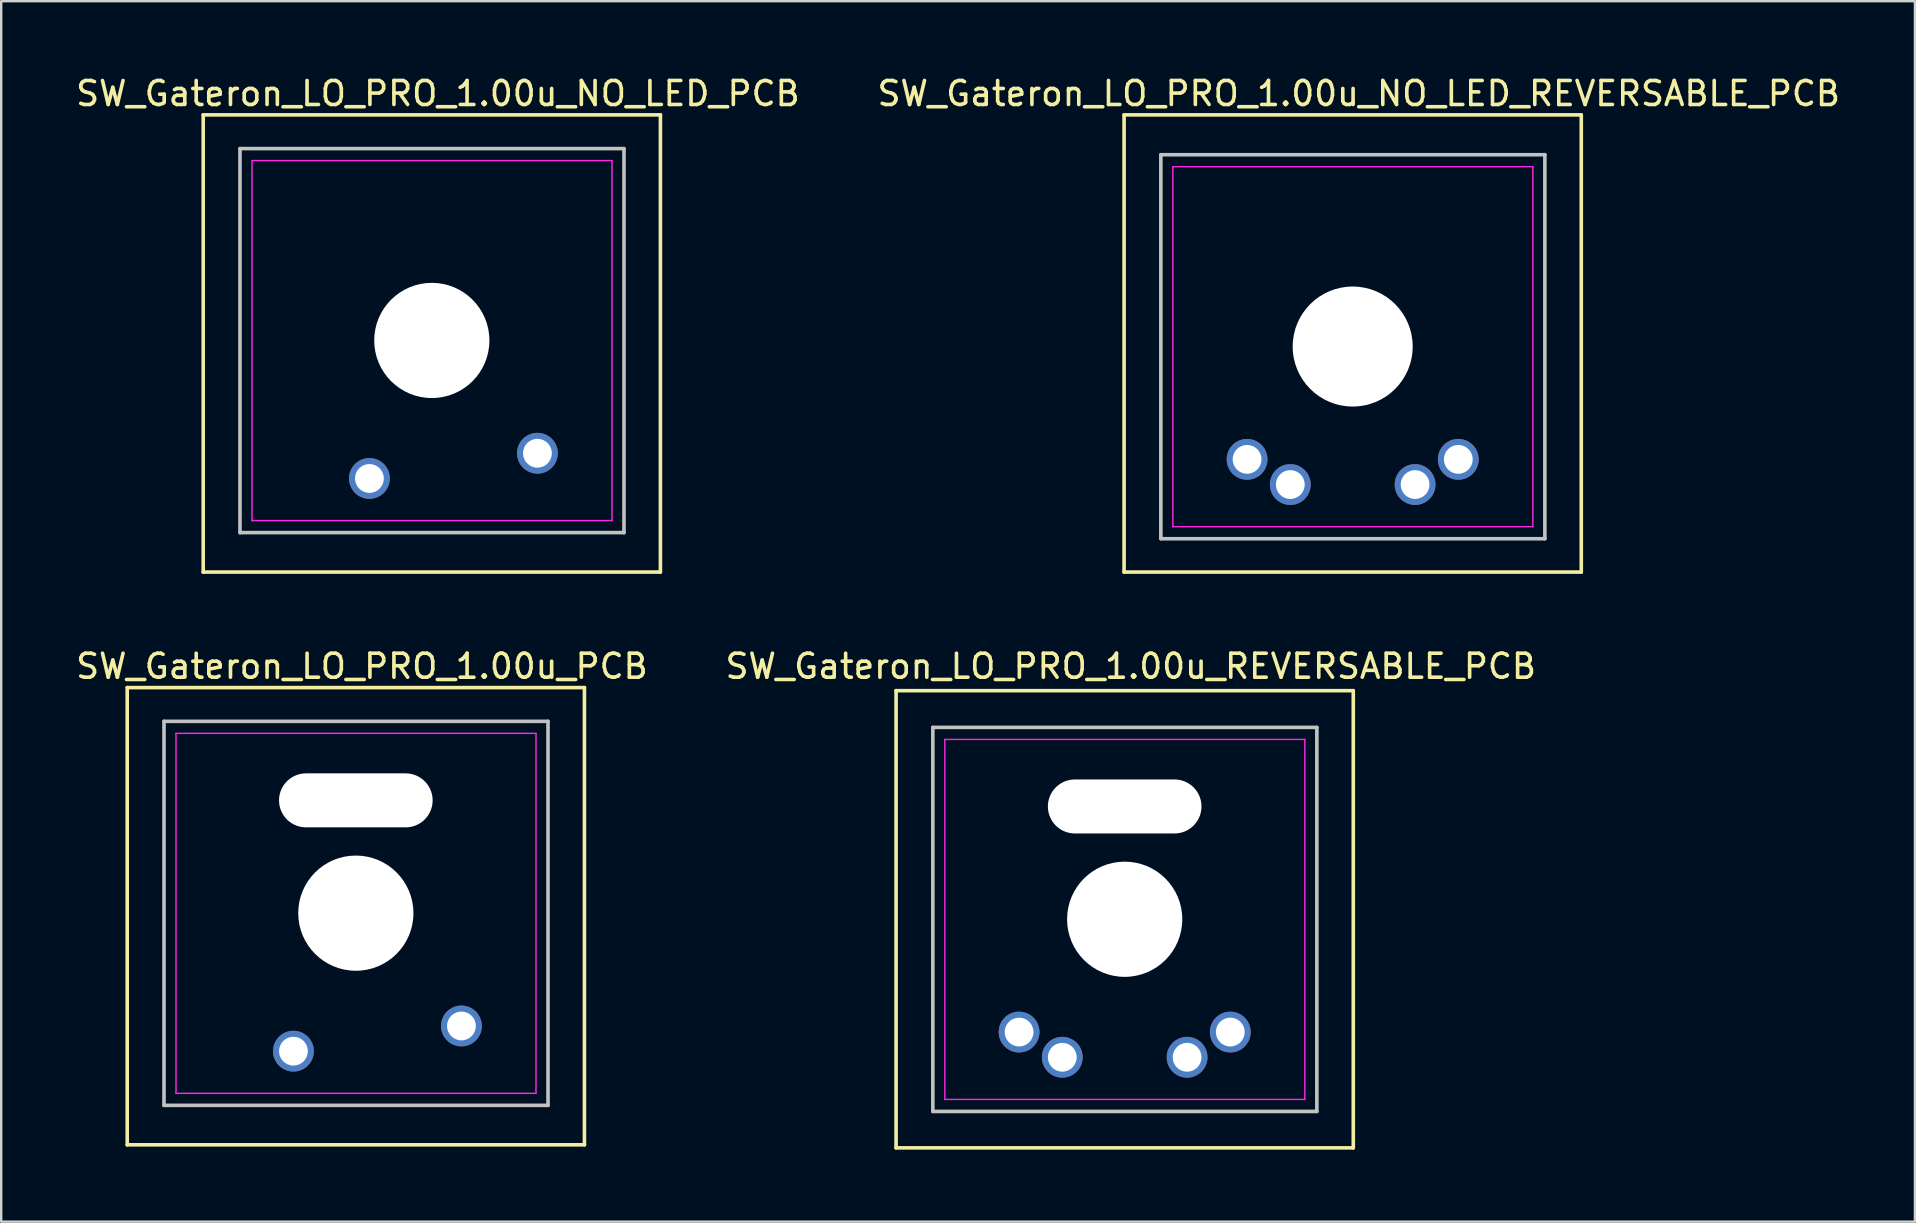
<source format=kicad_pcb>
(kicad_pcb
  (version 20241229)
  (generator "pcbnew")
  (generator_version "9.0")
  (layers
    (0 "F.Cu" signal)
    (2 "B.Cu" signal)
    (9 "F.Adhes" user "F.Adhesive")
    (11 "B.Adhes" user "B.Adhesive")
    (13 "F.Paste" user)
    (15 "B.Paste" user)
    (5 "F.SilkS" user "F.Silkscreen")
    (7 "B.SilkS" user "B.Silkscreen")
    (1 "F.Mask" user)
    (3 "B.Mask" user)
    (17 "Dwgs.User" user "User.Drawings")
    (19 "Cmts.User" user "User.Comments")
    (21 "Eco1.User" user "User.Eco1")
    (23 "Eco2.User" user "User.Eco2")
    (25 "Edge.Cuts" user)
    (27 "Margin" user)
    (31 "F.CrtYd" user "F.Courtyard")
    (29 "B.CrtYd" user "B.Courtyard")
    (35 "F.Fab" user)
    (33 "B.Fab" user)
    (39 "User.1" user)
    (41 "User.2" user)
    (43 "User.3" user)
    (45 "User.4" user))
  (footprint "SW_Gateron_LO_PRO_1.00u_NO_LED_REVERSABLE_PCB"
    (layer "F.Cu")
    (at 53.311 11.389)
    (property "Reference" "SW_Gateron_LO_PRO_1.00u_NO_LED_REVERSABLE_PCB" (at 0.254 -10.541 0) (layer "F.SilkS") (effects (font (size 1 1) (thickness 0.15))))
    (attr through_hole)
    (fp_line (start -9.525 -9.652) (end 9.525 -9.652) (stroke (width 0.15) (type solid)) (layer "F.SilkS"))
    (fp_line (start -9.525 9.398) (end -9.525 -9.652) (stroke (width 0.15) (type solid)) (layer "F.SilkS"))
    (fp_line (start 9.525 -9.652) (end 9.525 9.398) (stroke (width 0.15) (type solid)) (layer "F.SilkS"))
    (fp_line (start 9.525 9.398) (end -9.525 9.398) (stroke (width 0.15) (type solid)) (layer "F.SilkS"))
    (fp_line (start -7.993 8.007) (end -7.993 -7.993) (stroke (width 0.15) (type solid)) (layer "Dwgs.User"))
    (fp_line (start 8.007 -7.993) (end -7.993 -7.993) (stroke (width 0.15) (type solid)) (layer "Dwgs.User"))
    (fp_line (start 8.007 8.007) (end -7.993 8.007) (stroke (width 0.15) (type solid)) (layer "Dwgs.User"))
    (fp_line (start 8.007 8.007) (end 8.007 -7.993) (stroke (width 0.15) (type solid)) (layer "Dwgs.User"))
    (fp_line (start -7.493 -7.493) (end 7.507 -7.493) (stroke (width 0.06) (type solid)) (layer "F.CrtYd"))
    (fp_line (start -7.493 7.507) (end -7.493 -7.493) (stroke (width 0.06) (type solid)) (layer "F.CrtYd"))
    (fp_line (start 7.507 -7.493) (end 7.507 7.507) (stroke (width 0.06) (type solid)) (layer "F.CrtYd"))
    (fp_line (start 7.507 7.507) (end -7.493 7.507) (stroke (width 0.06) (type solid)) (layer "F.CrtYd"))
    (pad "" np_thru_hole circle (at 0 0) (size 5 5) (drill 5) (layers "*.Cu" "*.Mask"))
    (pad "1" thru_hole circle (at -2.6 5.75) (size 1.7 1.7) (drill 1.2) (layers "*.Cu" "*.Mask"))
    (pad "1" thru_hole circle (at 2.6 5.75) (size 1.7 1.7) (drill 1.2) (layers "*.Cu" "*.Mask"))
    (pad "2" thru_hole circle (at -4.4 4.7 90) (size 1.7 1.7) (drill 1.2) (layers "*.Cu" "*.Mask"))
    (pad "2" thru_hole circle (at 4.4 4.7 90) (size 1.7 1.7) (drill 1.2) (layers "*.Cu" "*.Mask")))
  (footprint "SW_Gateron_LO_PRO_1.00u_PCB"
    (layer "F.Cu")
    (at 11.776 34.998)
    (property "Reference" "SW_Gateron_LO_PRO_1.00u_PCB" (at 0.254 -10.287 0) (layer "F.SilkS") (effects (font (size 1 1) (thickness 0.15))))
    (attr through_hole)
    (fp_line (start -9.525 -9.398) (end 9.525 -9.398) (stroke (width 0.15) (type solid)) (layer "F.SilkS"))
    (fp_line (start -9.525 9.652) (end -9.525 -9.398) (stroke (width 0.15) (type solid)) (layer "F.SilkS"))
    (fp_line (start 9.525 -9.398) (end 9.525 9.652) (stroke (width 0.15) (type solid)) (layer "F.SilkS"))
    (fp_line (start 9.525 9.652) (end -9.525 9.652) (stroke (width 0.15) (type solid)) (layer "F.SilkS"))
    (fp_line (start -7.993 8.007) (end -7.993 -7.993) (stroke (width 0.15) (type solid)) (layer "Dwgs.User"))
    (fp_line (start 8.007 -7.993) (end -7.993 -7.993) (stroke (width 0.15) (type solid)) (layer "Dwgs.User"))
    (fp_line (start 8.007 8.007) (end -7.993 8.007) (stroke (width 0.15) (type solid)) (layer "Dwgs.User"))
    (fp_line (start 8.007 8.007) (end 8.007 -7.993) (stroke (width 0.15) (type solid)) (layer "Dwgs.User"))
    (fp_line (start -7.493 -7.493) (end 7.507 -7.493) (stroke (width 0.06) (type solid)) (layer "F.CrtYd"))
    (fp_line (start -7.493 7.507) (end -7.493 -7.493) (stroke (width 0.06) (type solid)) (layer "F.CrtYd"))
    (fp_line (start 7.507 -7.493) (end 7.507 7.507) (stroke (width 0.06) (type solid)) (layer "F.CrtYd"))
    (fp_line (start 7.507 7.507) (end -7.493 7.507) (stroke (width 0.06) (type solid)) (layer "F.CrtYd"))
    (pad "" np_thru_hole oval (at 0 -4.7) (size 6.4 2.25) (drill oval 6.4 2.25) (layers "*.Cu" "*.Mask"))
    (pad "" np_thru_hole circle (at 0 0) (size 4.8 4.8) (drill 4.8) (layers "*.Cu" "*.Mask"))
    (pad "1" thru_hole circle (at -2.6 5.75) (size 1.7 1.7) (drill 1.2) (layers "*.Cu" "*.Mask"))
    (pad "2" thru_hole circle (at 4.4 4.7 90) (size 1.7 1.7) (drill 1.2) (layers "*.Cu" "*.Mask")))
  (footprint "SW_Gateron_LO_PRO_1.00u_NO_LED_PCB"
    (layer "F.Cu")
    (at 14.942 11.135)
    (property "Reference" "SW_Gateron_LO_PRO_1.00u_NO_LED_PCB" (at 0.254 -10.287 0) (layer "F.SilkS") (effects (font (size 1 1) (thickness 0.15))))
    (attr through_hole)
    (fp_line (start -9.525 -9.398) (end 9.525 -9.398) (stroke (width 0.15) (type solid)) (layer "F.SilkS"))
    (fp_line (start -9.525 9.652) (end -9.525 -9.398) (stroke (width 0.15) (type solid)) (layer "F.SilkS"))
    (fp_line (start 9.525 -9.398) (end 9.525 9.652) (stroke (width 0.15) (type solid)) (layer "F.SilkS"))
    (fp_line (start 9.525 9.652) (end -9.525 9.652) (stroke (width 0.15) (type solid)) (layer "F.SilkS"))
    (fp_line (start -7.993 8.007) (end -7.993 -7.993) (stroke (width 0.15) (type solid)) (layer "Dwgs.User"))
    (fp_line (start 8.007 -7.993) (end -7.993 -7.993) (stroke (width 0.15) (type solid)) (layer "Dwgs.User"))
    (fp_line (start 8.007 8.007) (end -7.993 8.007) (stroke (width 0.15) (type solid)) (layer "Dwgs.User"))
    (fp_line (start 8.007 8.007) (end 8.007 -7.993) (stroke (width 0.15) (type solid)) (layer "Dwgs.User"))
    (fp_line (start -7.493 -7.493) (end 7.507 -7.493) (stroke (width 0.06) (type solid)) (layer "F.CrtYd"))
    (fp_line (start -7.493 7.507) (end -7.493 -7.493) (stroke (width 0.06) (type solid)) (layer "F.CrtYd"))
    (fp_line (start 7.507 -7.493) (end 7.507 7.507) (stroke (width 0.06) (type solid)) (layer "F.CrtYd"))
    (fp_line (start 7.507 7.507) (end -7.493 7.507) (stroke (width 0.06) (type solid)) (layer "F.CrtYd"))
    (pad "" np_thru_hole circle (at 0 0) (size 4.8 4.8) (drill 4.8) (layers "*.Cu" "*.Mask"))
    (pad "1" thru_hole circle (at -2.6 5.75) (size 1.7 1.7) (drill 1.2) (layers "*.Cu" "*.Mask"))
    (pad "2" thru_hole circle (at 4.4 4.7 90) (size 1.7 1.7) (drill 1.2) (layers "*.Cu" "*.Mask")))
  (footprint "SW_Gateron_LO_PRO_1.00u_REVERSABLE_PCB"
    (layer "F.Cu")
    (at 43.811 35.252)
    (property "Reference" "SW_Gateron_LO_PRO_1.00u_REVERSABLE_PCB" (at 0.254 -10.541 0) (layer "F.SilkS") (effects (font (size 1 1) (thickness 0.15))))
    (attr through_hole)
    (fp_line (start -9.525 -9.525) (end 9.525 -9.525) (stroke (width 0.15) (type solid)) (layer "F.SilkS"))
    (fp_line (start -9.525 9.525) (end -9.525 -9.525) (stroke (width 0.15) (type solid)) (layer "F.SilkS"))
    (fp_line (start 9.525 -9.525) (end 9.525 9.525) (stroke (width 0.15) (type solid)) (layer "F.SilkS"))
    (fp_line (start 9.525 9.525) (end -9.525 9.525) (stroke (width 0.15) (type solid)) (layer "F.SilkS"))
    (fp_line (start -7.993 8.007) (end -7.993 -7.993) (stroke (width 0.15) (type solid)) (layer "Dwgs.User"))
    (fp_line (start 8.007 -7.993) (end -7.993 -7.993) (stroke (width 0.15) (type solid)) (layer "Dwgs.User"))
    (fp_line (start 8.007 8.007) (end -7.993 8.007) (stroke (width 0.15) (type solid)) (layer "Dwgs.User"))
    (fp_line (start 8.007 8.007) (end 8.007 -7.993) (stroke (width 0.15) (type solid)) (layer "Dwgs.User"))
    (fp_line (start -7.493 -7.493) (end 7.507 -7.493) (stroke (width 0.06) (type solid)) (layer "F.CrtYd"))
    (fp_line (start -7.493 7.507) (end -7.493 -7.493) (stroke (width 0.06) (type solid)) (layer "F.CrtYd"))
    (fp_line (start 7.507 -7.493) (end 7.507 7.507) (stroke (width 0.06) (type solid)) (layer "F.CrtYd"))
    (fp_line (start 7.507 7.507) (end -7.493 7.507) (stroke (width 0.06) (type solid)) (layer "F.CrtYd"))
    (pad "" np_thru_hole oval (at 0 -4.7) (size 6.4 2.25) (drill oval 6.4 2.25) (layers "*.Cu" "*.Mask"))
    (pad "" np_thru_hole circle (at 0 0) (size 4.8 4.8) (drill 4.8) (layers "*.Cu" "*.Mask"))
    (pad "1" thru_hole circle (at -2.6 5.75) (size 1.7 1.7) (drill 1.2) (layers "*.Cu" "*.Mask"))
    (pad "1" thru_hole circle (at 2.6 5.75) (size 1.7 1.7) (drill 1.2) (layers "*.Cu" "*.Mask"))
    (pad "2" thru_hole circle (at -4.4 4.7 90) (size 1.7 1.7) (drill 1.2) (layers "*.Cu" "*.Mask"))
    (pad "2" thru_hole circle (at 4.4 4.7 90) (size 1.7 1.7) (drill 1.2) (layers "*.Cu" "*.Mask")))
  (gr_rect
    (start -3 -3)
    (end 76.738 47.852)
    (stroke (width 0.1) (type default))
    (fill no)
    (layer "Edge.Cuts")))
</source>
